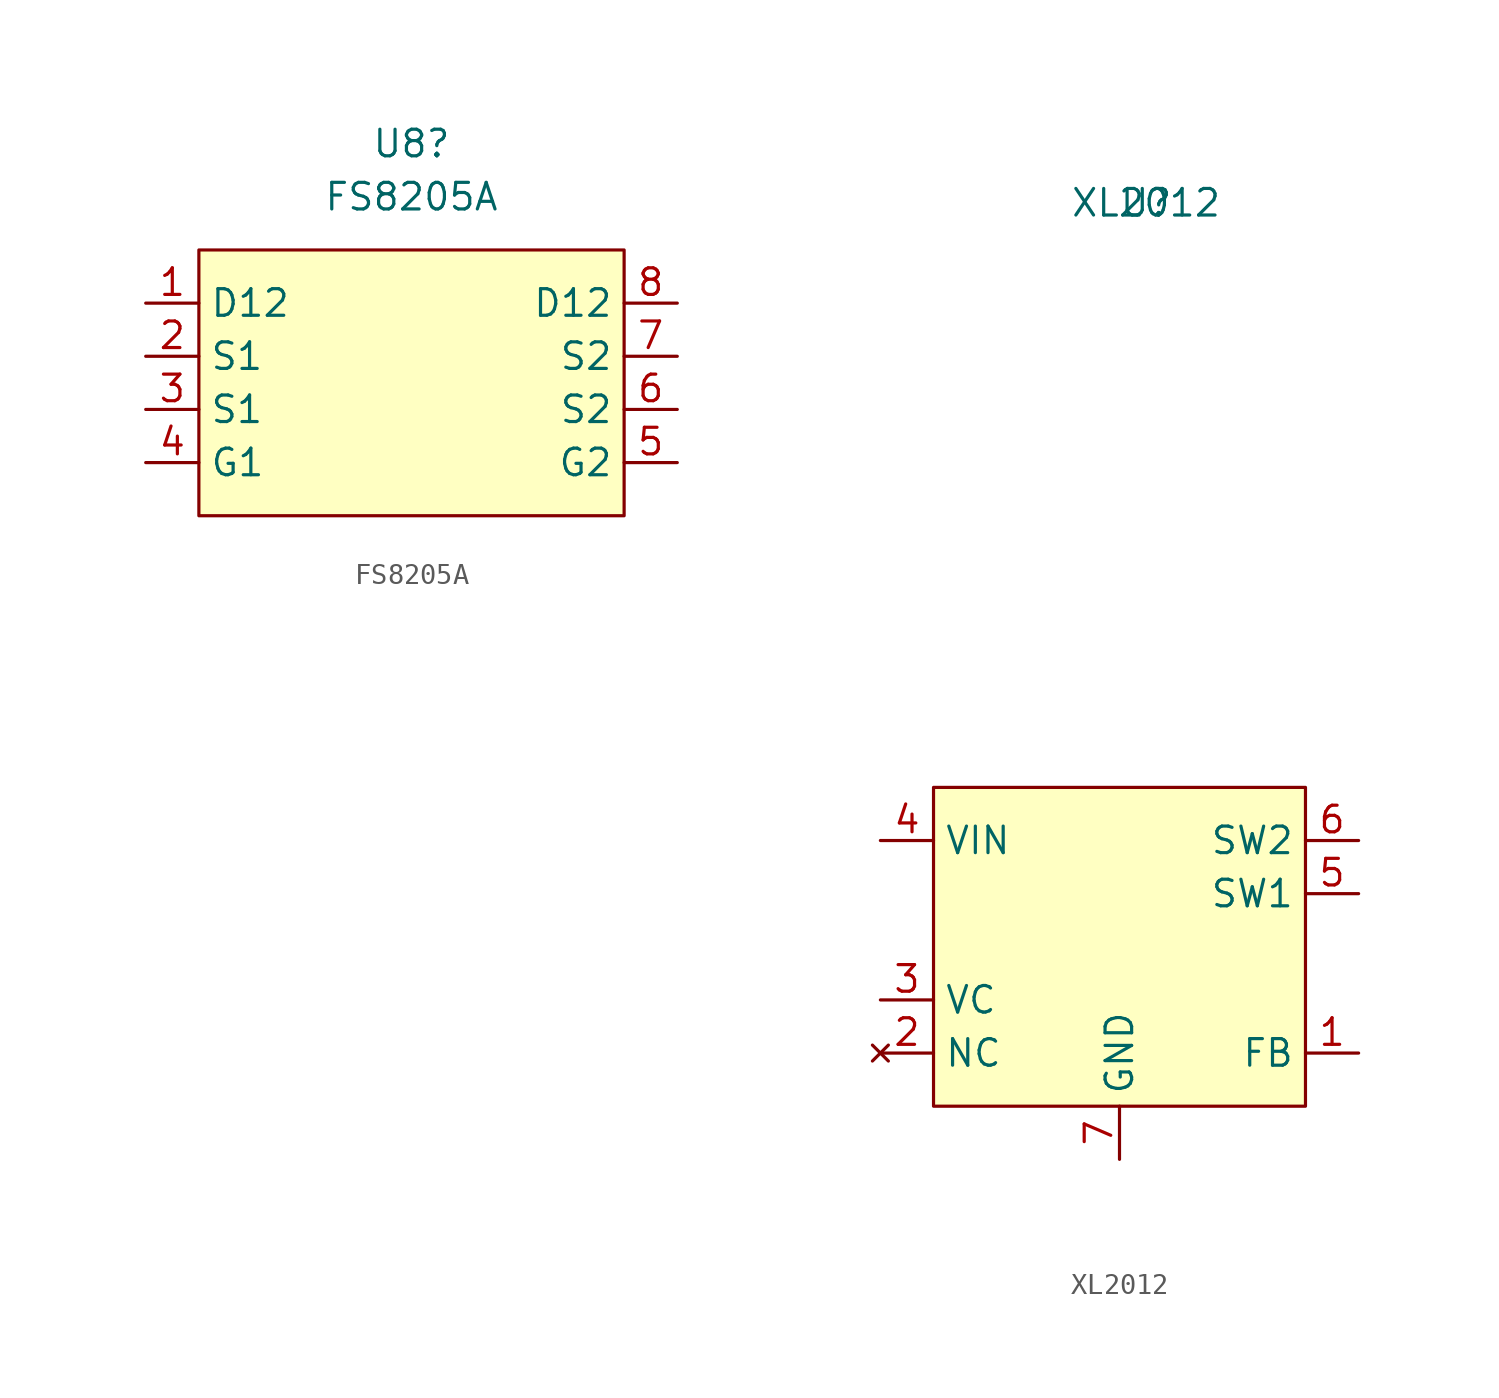
<source format=kicad_sym>
(kicad_symbol_lib
  (version 20211014)
  (generator kicad_symbol_editor)
  (symbol "FS8205A"
    (property "Reference" "U8"
      (at 0 10.16 0)
      (effects (font (size 1.27 1.27))))
    (property "Value" "FS8205A"
      (at 0 7.62 0)
      (effects (font (size 1.27 1.27))))
    (symbol "FS8205A_0_1"
      (rectangle (start -10.16 5.08) (end 10.16 -7.62) (stroke (width 0) (type default) (color 0 0 0 0)) (fill (type background))))
    (symbol "FS8205A_1_1"
      (pin passive line (at -12.7 2.54 0) (length 2.54) (name "D12" (effects (font (size 1.27 1.27)))) (number "1" (effects (font (size 1.27 1.27)))))
      (pin passive line (at -12.7 0 0) (length 2.54) (name "S1" (effects (font (size 1.27 1.27)))) (number "2" (effects (font (size 1.27 1.27)))))
      (pin passive line (at -12.7 -2.54 0) (length 2.54) (name "S1" (effects (font (size 1.27 1.27)))) (number "3" (effects (font (size 1.27 1.27)))))
      (pin passive line (at -12.7 -5.08 0) (length 2.54) (name "G1" (effects (font (size 1.27 1.27)))) (number "4" (effects (font (size 1.27 1.27)))))
      (pin passive line (at 12.7 -5.08 180) (length 2.54) (name "G2" (effects (font (size 1.27 1.27)))) (number "5" (effects (font (size 1.27 1.27)))))
      (pin passive line (at 12.7 -2.54 180) (length 2.54) (name "S2" (effects (font (size 1.27 1.27)))) (number "6" (effects (font (size 1.27 1.27)))))
      (pin passive line (at 12.7 0 180) (length 2.54) (name "S2" (effects (font (size 1.27 1.27)))) (number "7" (effects (font (size 1.27 1.27)))))
      (pin passive line (at 12.7 2.54 180) (length 2.54) (name "D12" (effects (font (size 1.27 1.27)))) (number "8" (effects (font (size 1.27 1.27)))))))
  (symbol "XL2012"
    (property "Reference" "U"
      (at 1.27 35.56 0)
      (effects (font (size 1.27 1.27))))
    (property "Value" "XL2012"
      (at 1.27 35.56 0)
      (effects (font (size 1.27 1.27))))
    (symbol "XL2012_0_1"
      (rectangle (start -8.89 7.62) (end 8.89 -7.62) (stroke (width 0) (type default) (color 0 0 0 0)) (fill (type background))))
    (symbol "XL2012_1_1"
      (pin input line (at 11.43 -5.08 180) (length 2.54) (name "FB" (effects (font (size 1.27 1.27)))) (number "1" (effects (font (size 1.27 1.27)))))
      (pin no_connect line (at -11.43 -5.08 0) (length 2.54) (name "NC" (effects (font (size 1.27 1.27)))) (number "2" (effects (font (size 1.27 1.27)))))
      (pin input line (at -11.43 -2.54 0) (length 2.54) (name "VC" (effects (font (size 1.27 1.27)))) (number "3" (effects (font (size 1.27 1.27)))))
      (pin power_in line (at -11.43 5.08 0) (length 2.54) (name "VIN" (effects (font (size 1.27 1.27)))) (number "4" (effects (font (size 1.27 1.27)))))
      (pin output line (at 11.43 2.54 180) (length 2.54) (name "SW1" (effects (font (size 1.27 1.27)))) (number "5" (effects (font (size 1.27 1.27)))))
      (pin output line (at 11.43 5.08 180) (length 2.54) (name "SW2" (effects (font (size 1.27 1.27)))) (number "6" (effects (font (size 1.27 1.27)))))
      (pin power_in line (at 0 -10.16 90) (length 2.54) (name "GND" (effects (font (size 1.27 1.27)))) (number "7" (effects (font (size 1.27 1.27)))))
      (pin power_in line (at 0 -10.16 90) (length 2.54) hide (name "GND" (effects (font (size 1.27 1.27)))) (number "8" (effects (font (size 1.27 1.27))))))))
</source>
